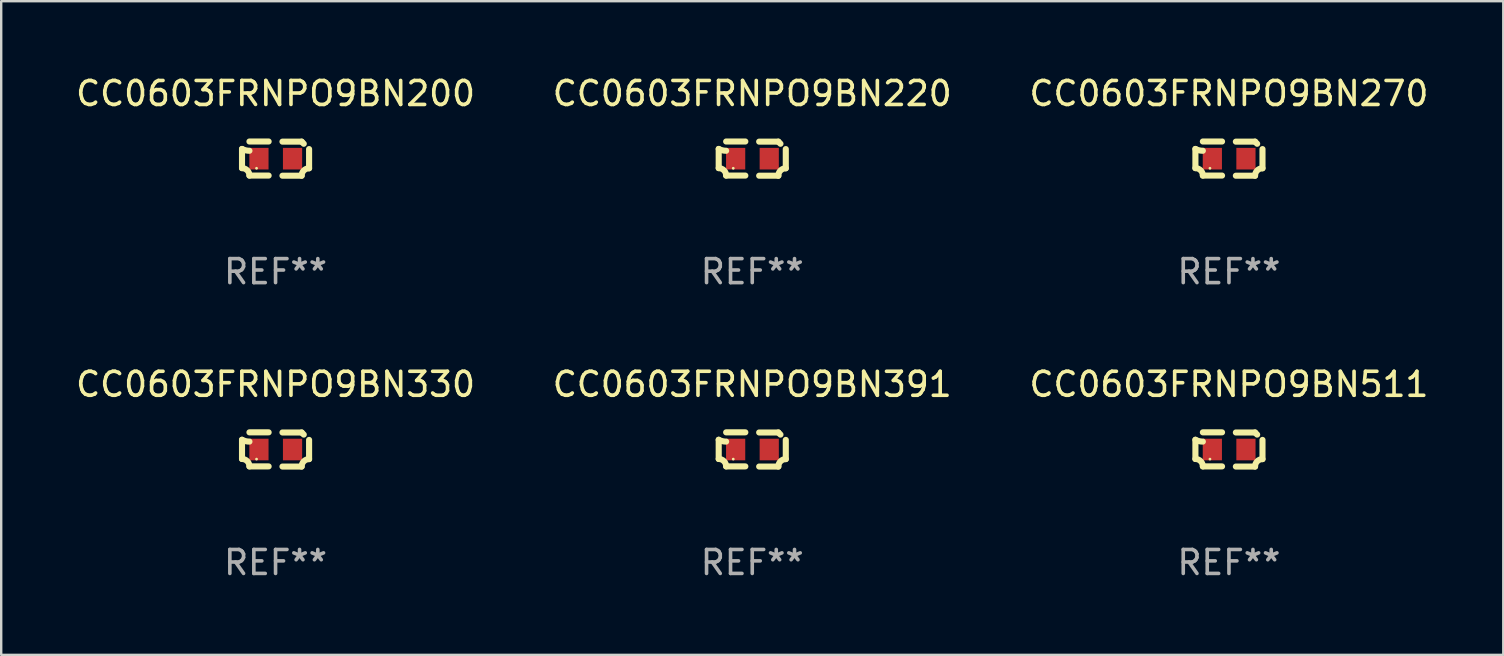
<source format=kicad_pcb>
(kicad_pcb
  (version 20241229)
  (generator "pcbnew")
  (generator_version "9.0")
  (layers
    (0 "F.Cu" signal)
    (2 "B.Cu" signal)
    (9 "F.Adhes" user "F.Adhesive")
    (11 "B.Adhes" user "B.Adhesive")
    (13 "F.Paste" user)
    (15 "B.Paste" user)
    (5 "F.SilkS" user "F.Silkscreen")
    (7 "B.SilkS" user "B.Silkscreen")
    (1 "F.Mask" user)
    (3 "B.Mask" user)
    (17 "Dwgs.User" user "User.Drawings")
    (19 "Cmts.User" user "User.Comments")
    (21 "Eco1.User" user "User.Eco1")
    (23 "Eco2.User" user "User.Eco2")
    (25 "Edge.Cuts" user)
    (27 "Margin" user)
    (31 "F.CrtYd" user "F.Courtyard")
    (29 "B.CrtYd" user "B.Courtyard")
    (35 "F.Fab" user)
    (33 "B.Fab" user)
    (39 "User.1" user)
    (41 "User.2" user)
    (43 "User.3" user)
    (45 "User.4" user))
  (footprint "CC0603FRNPO9BN270"
    (layer "F.Cu")
    (at 48.173 3.561)
    (property "Reference" "CC0603FRNPO9BN270" (at 0 -2.713 0) (layer "F.SilkS") (effects (font (size 1 1) (thickness 0.15))))
    (attr through_hole)
    (fp_line (start -1.398 -0.403) (end -1.398 0.397) (stroke (width 0.254) (type solid)) (layer "F.SilkS"))
    (fp_line (start -0.288 -0.713) (end -1.088 -0.713) (stroke (width 0.254) (type solid)) (layer "F.SilkS"))
    (fp_line (start -0.288 0.707) (end -1.088 0.707) (stroke (width 0.254) (type solid)) (layer "F.SilkS"))
    (fp_line (start 0.288 -0.707) (end 1.088 -0.707) (stroke (width 0.254) (type solid)) (layer "F.SilkS"))
    (fp_line (start 0.288 0.713) (end 1.088 0.713) (stroke (width 0.254) (type solid)) (layer "F.SilkS"))
    (fp_line (start 1.398 -0.397) (end 1.398 0.403) (stroke (width 0.254) (type solid)) (layer "F.SilkS"))
    (fp_arc (start -1.397789 0.397066) (mid -1.178701 0.487826) (end -1.08796 0.706922) (stroke (width 0.254001) (type solid)) (layer "F.SilkS"))
    (fp_arc (start -1.08796 -0.327176) (mid -1.247436 -0.346384) (end -1.39779 -0.402908) (stroke (width 0.254001) (type solid)) (layer "F.SilkS"))
    (fp_arc (start 1.087909 0.712738) (mid 1.178656 0.493655) (end 1.397739 0.402908) (stroke (width 0.254001) (type solid)) (layer "F.SilkS"))
    (fp_arc (start 1.175925 -0.618926) (mid 1.131917 -0.662923) (end 1.08791 -0.706922) (stroke (width 0.254001) (type solid)) (layer "F.SilkS"))
    (fp_circle (center -0.792 0.403) (end -0.762 0.403) (stroke (width 0.06) (type solid)) (fill no) (layer "F.SilkS"))
    (fp_text user "REF**" (at 0 4.713 0) (layer "F.Fab") (effects (font (size 1 1) (thickness 0.15))))
    (pad "1" smd rect (at -0.692 0.003) (size 0.8 0.9) (layers "F.Cu" "F.Mask" "F.Paste"))
    (pad "2" smd rect (at 0.708 0.003) (size 0.8 0.9) (layers "F.Cu" "F.Mask" "F.Paste")))
  (footprint "CC0603FRNPO9BN391"
    (layer "F.Cu")
    (at 28.304 15.683)
    (property "Reference" "CC0603FRNPO9BN391" (at 0 -2.713 0) (layer "F.SilkS") (effects (font (size 1 1) (thickness 0.15))))
    (attr through_hole)
    (fp_line (start -1.398 -0.403) (end -1.398 0.397) (stroke (width 0.254) (type solid)) (layer "F.SilkS"))
    (fp_line (start -0.288 -0.713) (end -1.088 -0.713) (stroke (width 0.254) (type solid)) (layer "F.SilkS"))
    (fp_line (start -0.288 0.707) (end -1.088 0.707) (stroke (width 0.254) (type solid)) (layer "F.SilkS"))
    (fp_line (start 0.288 -0.707) (end 1.088 -0.707) (stroke (width 0.254) (type solid)) (layer "F.SilkS"))
    (fp_line (start 0.288 0.713) (end 1.088 0.713) (stroke (width 0.254) (type solid)) (layer "F.SilkS"))
    (fp_line (start 1.398 -0.397) (end 1.398 0.403) (stroke (width 0.254) (type solid)) (layer "F.SilkS"))
    (fp_arc (start -1.397789 0.397066) (mid -1.178701 0.487826) (end -1.08796 0.706922) (stroke (width 0.254001) (type solid)) (layer "F.SilkS"))
    (fp_arc (start -1.08796 -0.327176) (mid -1.247436 -0.346384) (end -1.39779 -0.402908) (stroke (width 0.254001) (type solid)) (layer "F.SilkS"))
    (fp_arc (start 1.087909 0.712738) (mid 1.178656 0.493655) (end 1.397739 0.402908) (stroke (width 0.254001) (type solid)) (layer "F.SilkS"))
    (fp_arc (start 1.175925 -0.618926) (mid 1.131917 -0.662923) (end 1.08791 -0.706922) (stroke (width 0.254001) (type solid)) (layer "F.SilkS"))
    (fp_circle (center -0.792 0.403) (end -0.762 0.403) (stroke (width 0.06) (type solid)) (fill no) (layer "F.SilkS"))
    (fp_text user "REF**" (at 0 4.713 0) (layer "F.Fab") (effects (font (size 1 1) (thickness 0.15))))
    (pad "1" smd rect (at -0.692 0.003) (size 0.8 0.9) (layers "F.Cu" "F.Mask" "F.Paste"))
    (pad "2" smd rect (at 0.708 0.003) (size 0.8 0.9) (layers "F.Cu" "F.Mask" "F.Paste")))
  (footprint "CC0603FRNPO9BN511"
    (layer "F.Cu")
    (at 48.173 15.683)
    (property "Reference" "CC0603FRNPO9BN511" (at 0 -2.713 0) (layer "F.SilkS") (effects (font (size 1 1) (thickness 0.15))))
    (attr through_hole)
    (fp_line (start -1.398 -0.403) (end -1.398 0.397) (stroke (width 0.254) (type solid)) (layer "F.SilkS"))
    (fp_line (start -0.288 -0.713) (end -1.088 -0.713) (stroke (width 0.254) (type solid)) (layer "F.SilkS"))
    (fp_line (start -0.288 0.707) (end -1.088 0.707) (stroke (width 0.254) (type solid)) (layer "F.SilkS"))
    (fp_line (start 0.288 -0.707) (end 1.088 -0.707) (stroke (width 0.254) (type solid)) (layer "F.SilkS"))
    (fp_line (start 0.288 0.713) (end 1.088 0.713) (stroke (width 0.254) (type solid)) (layer "F.SilkS"))
    (fp_line (start 1.398 -0.397) (end 1.398 0.403) (stroke (width 0.254) (type solid)) (layer "F.SilkS"))
    (fp_arc (start -1.397789 0.397066) (mid -1.178701 0.487826) (end -1.08796 0.706922) (stroke (width 0.254001) (type solid)) (layer "F.SilkS"))
    (fp_arc (start -1.08796 -0.327176) (mid -1.247436 -0.346384) (end -1.39779 -0.402908) (stroke (width 0.254001) (type solid)) (layer "F.SilkS"))
    (fp_arc (start 1.087909 0.712738) (mid 1.178656 0.493655) (end 1.397739 0.402908) (stroke (width 0.254001) (type solid)) (layer "F.SilkS"))
    (fp_arc (start 1.175925 -0.618926) (mid 1.131917 -0.662923) (end 1.08791 -0.706922) (stroke (width 0.254001) (type solid)) (layer "F.SilkS"))
    (fp_circle (center -0.792 0.403) (end -0.762 0.403) (stroke (width 0.06) (type solid)) (fill no) (layer "F.SilkS"))
    (fp_text user "REF**" (at 0 4.713 0) (layer "F.Fab") (effects (font (size 1 1) (thickness 0.15))))
    (pad "1" smd rect (at -0.692 0.003) (size 0.8 0.9) (layers "F.Cu" "F.Mask" "F.Paste"))
    (pad "2" smd rect (at 0.708 0.003) (size 0.8 0.9) (layers "F.Cu" "F.Mask" "F.Paste")))
  (footprint "CC0603FRNPO9BN200"
    (layer "F.Cu")
    (at 8.435 3.561)
    (property "Reference" "CC0603FRNPO9BN200" (at 0 -2.713 0) (layer "F.SilkS") (effects (font (size 1 1) (thickness 0.15))))
    (attr through_hole)
    (fp_line (start -1.398 -0.403) (end -1.398 0.397) (stroke (width 0.254) (type solid)) (layer "F.SilkS"))
    (fp_line (start -0.288 -0.713) (end -1.088 -0.713) (stroke (width 0.254) (type solid)) (layer "F.SilkS"))
    (fp_line (start -0.288 0.707) (end -1.088 0.707) (stroke (width 0.254) (type solid)) (layer "F.SilkS"))
    (fp_line (start 0.288 -0.707) (end 1.088 -0.707) (stroke (width 0.254) (type solid)) (layer "F.SilkS"))
    (fp_line (start 0.288 0.713) (end 1.088 0.713) (stroke (width 0.254) (type solid)) (layer "F.SilkS"))
    (fp_line (start 1.398 -0.397) (end 1.398 0.403) (stroke (width 0.254) (type solid)) (layer "F.SilkS"))
    (fp_arc (start -1.397789 0.397066) (mid -1.178701 0.487826) (end -1.08796 0.706922) (stroke (width 0.254001) (type solid)) (layer "F.SilkS"))
    (fp_arc (start -1.08796 -0.327176) (mid -1.247436 -0.346384) (end -1.39779 -0.402908) (stroke (width 0.254001) (type solid)) (layer "F.SilkS"))
    (fp_arc (start 1.087909 0.712738) (mid 1.178656 0.493655) (end 1.397739 0.402908) (stroke (width 0.254001) (type solid)) (layer "F.SilkS"))
    (fp_arc (start 1.175925 -0.618926) (mid 1.131917 -0.662923) (end 1.08791 -0.706922) (stroke (width 0.254001) (type solid)) (layer "F.SilkS"))
    (fp_circle (center -0.792 0.403) (end -0.762 0.403) (stroke (width 0.06) (type solid)) (fill no) (layer "F.SilkS"))
    (fp_text user "REF**" (at 0 4.713 0) (layer "F.Fab") (effects (font (size 1 1) (thickness 0.15))))
    (pad "1" smd rect (at -0.692 0.003) (size 0.8 0.9) (layers "F.Cu" "F.Mask" "F.Paste"))
    (pad "2" smd rect (at 0.708 0.003) (size 0.8 0.9) (layers "F.Cu" "F.Mask" "F.Paste")))
  (footprint "CC0603FRNPO9BN330"
    (layer "F.Cu")
    (at 8.435 15.683)
    (property "Reference" "CC0603FRNPO9BN330" (at 0 -2.713 0) (layer "F.SilkS") (effects (font (size 1 1) (thickness 0.15))))
    (attr through_hole)
    (fp_line (start -1.398 -0.403) (end -1.398 0.397) (stroke (width 0.254) (type solid)) (layer "F.SilkS"))
    (fp_line (start -0.288 -0.713) (end -1.088 -0.713) (stroke (width 0.254) (type solid)) (layer "F.SilkS"))
    (fp_line (start -0.288 0.707) (end -1.088 0.707) (stroke (width 0.254) (type solid)) (layer "F.SilkS"))
    (fp_line (start 0.288 -0.707) (end 1.088 -0.707) (stroke (width 0.254) (type solid)) (layer "F.SilkS"))
    (fp_line (start 0.288 0.713) (end 1.088 0.713) (stroke (width 0.254) (type solid)) (layer "F.SilkS"))
    (fp_line (start 1.398 -0.397) (end 1.398 0.403) (stroke (width 0.254) (type solid)) (layer "F.SilkS"))
    (fp_arc (start -1.397789 0.397066) (mid -1.178701 0.487826) (end -1.08796 0.706922) (stroke (width 0.254001) (type solid)) (layer "F.SilkS"))
    (fp_arc (start -1.08796 -0.327176) (mid -1.247436 -0.346384) (end -1.39779 -0.402908) (stroke (width 0.254001) (type solid)) (layer "F.SilkS"))
    (fp_arc (start 1.087909 0.712738) (mid 1.178656 0.493655) (end 1.397739 0.402908) (stroke (width 0.254001) (type solid)) (layer "F.SilkS"))
    (fp_arc (start 1.175925 -0.618926) (mid 1.131917 -0.662923) (end 1.08791 -0.706922) (stroke (width 0.254001) (type solid)) (layer "F.SilkS"))
    (fp_circle (center -0.792 0.403) (end -0.762 0.403) (stroke (width 0.06) (type solid)) (fill no) (layer "F.SilkS"))
    (fp_text user "REF**" (at 0 4.713 0) (layer "F.Fab") (effects (font (size 1 1) (thickness 0.15))))
    (pad "1" smd rect (at -0.692 0.003) (size 0.8 0.9) (layers "F.Cu" "F.Mask" "F.Paste"))
    (pad "2" smd rect (at 0.708 0.003) (size 0.8 0.9) (layers "F.Cu" "F.Mask" "F.Paste")))
  (footprint "CC0603FRNPO9BN220"
    (layer "F.Cu")
    (at 28.304 3.561)
    (property "Reference" "CC0603FRNPO9BN220" (at 0 -2.713 0) (layer "F.SilkS") (effects (font (size 1 1) (thickness 0.15))))
    (attr through_hole)
    (fp_line (start -1.398 -0.403) (end -1.398 0.397) (stroke (width 0.254) (type solid)) (layer "F.SilkS"))
    (fp_line (start -0.288 -0.713) (end -1.088 -0.713) (stroke (width 0.254) (type solid)) (layer "F.SilkS"))
    (fp_line (start -0.288 0.707) (end -1.088 0.707) (stroke (width 0.254) (type solid)) (layer "F.SilkS"))
    (fp_line (start 0.288 -0.707) (end 1.088 -0.707) (stroke (width 0.254) (type solid)) (layer "F.SilkS"))
    (fp_line (start 0.288 0.713) (end 1.088 0.713) (stroke (width 0.254) (type solid)) (layer "F.SilkS"))
    (fp_line (start 1.398 -0.397) (end 1.398 0.403) (stroke (width 0.254) (type solid)) (layer "F.SilkS"))
    (fp_arc (start -1.397789 0.397066) (mid -1.178701 0.487826) (end -1.08796 0.706922) (stroke (width 0.254001) (type solid)) (layer "F.SilkS"))
    (fp_arc (start -1.08796 -0.327176) (mid -1.247436 -0.346384) (end -1.39779 -0.402908) (stroke (width 0.254001) (type solid)) (layer "F.SilkS"))
    (fp_arc (start 1.087909 0.712738) (mid 1.178656 0.493655) (end 1.397739 0.402908) (stroke (width 0.254001) (type solid)) (layer "F.SilkS"))
    (fp_arc (start 1.175925 -0.618926) (mid 1.131917 -0.662923) (end 1.08791 -0.706922) (stroke (width 0.254001) (type solid)) (layer "F.SilkS"))
    (fp_circle (center -0.792 0.403) (end -0.762 0.403) (stroke (width 0.06) (type solid)) (fill no) (layer "F.SilkS"))
    (fp_text user "REF**" (at 0 4.713 0) (layer "F.Fab") (effects (font (size 1 1) (thickness 0.15))))
    (pad "1" smd rect (at -0.692 0.003) (size 0.8 0.9) (layers "F.Cu" "F.Mask" "F.Paste"))
    (pad "2" smd rect (at 0.708 0.003) (size 0.8 0.9) (layers "F.Cu" "F.Mask" "F.Paste")))
  (gr_rect
    (start -3 -3)
    (end 59.607 24.244)
    (stroke (width 0.1) (type default))
    (fill no)
    (layer "Edge.Cuts")))
</source>
